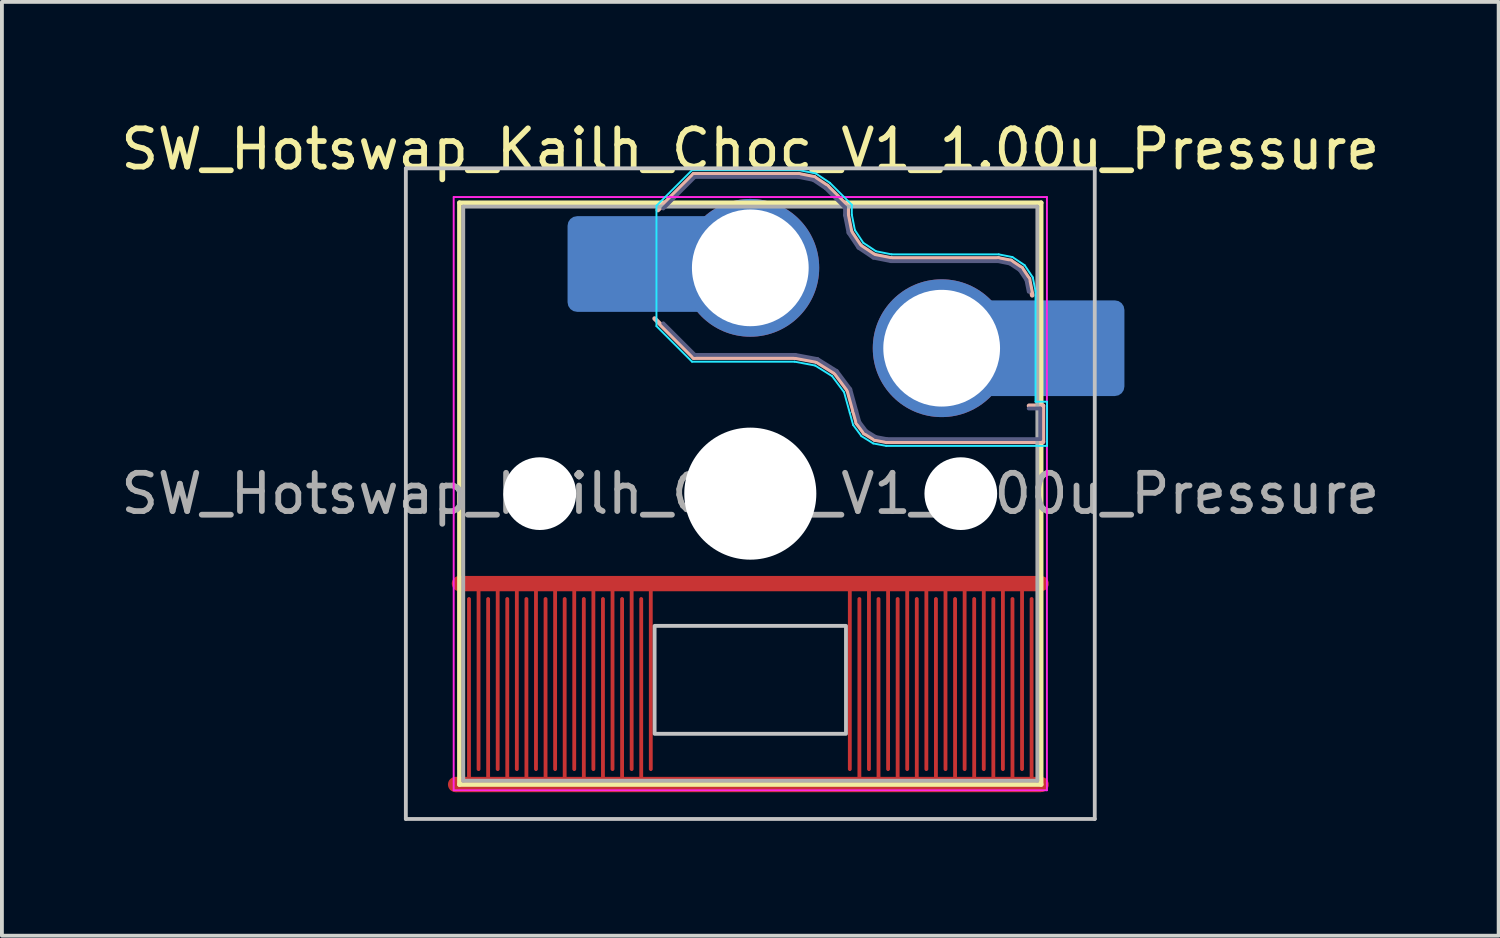
<source format=kicad_pcb>
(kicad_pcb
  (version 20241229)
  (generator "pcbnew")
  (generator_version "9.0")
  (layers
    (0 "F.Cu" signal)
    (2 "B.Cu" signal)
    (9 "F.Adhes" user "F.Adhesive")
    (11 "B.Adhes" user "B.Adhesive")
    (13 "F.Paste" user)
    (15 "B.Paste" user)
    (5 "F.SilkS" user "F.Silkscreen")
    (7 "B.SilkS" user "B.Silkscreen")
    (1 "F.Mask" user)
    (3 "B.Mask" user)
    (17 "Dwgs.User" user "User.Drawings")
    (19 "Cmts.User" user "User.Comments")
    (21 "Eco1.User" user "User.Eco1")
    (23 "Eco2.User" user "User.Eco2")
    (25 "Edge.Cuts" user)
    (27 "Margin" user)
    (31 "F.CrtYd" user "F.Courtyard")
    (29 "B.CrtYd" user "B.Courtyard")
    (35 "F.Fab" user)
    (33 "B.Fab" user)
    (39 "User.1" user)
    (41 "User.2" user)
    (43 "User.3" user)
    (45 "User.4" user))
  (footprint "SW_Hotswap_Kailh_Choc_V1_1.00u_Pressure"
    (layer "F.Cu")
    (at 16.554 9.848)
    (property "Reference" "SW_Hotswap_Kailh_Choc_V1_1.00u_Pressure" (at 0 -9 0) (layer "F.SilkS") (effects (font (size 1 1) (thickness 0.15))))
    (attr allow_soldermask_bridges)
    (fp_rect (start -7.5 2.65) (end 7.5 7.3) (stroke (width 0) (type solid)) (fill yes) (layer "F.Mask"))
    (fp_line (start -7.6 -7.6) (end -7.6 7.6) (stroke (width 0.12) (type solid)) (layer "F.SilkS"))
    (fp_line (start -7.6 7.6) (end 7.6 7.6) (stroke (width 0.12) (type solid)) (layer "F.SilkS"))
    (fp_line (start 7.6 -7.6) (end -7.6 -7.6) (stroke (width 0.12) (type solid)) (layer "F.SilkS"))
    (fp_line (start 7.6 7.6) (end 7.6 -7.6) (stroke (width 0.12) (type solid)) (layer "F.SilkS"))
    (fp_line (start -2.416 -7.409) (end -1.479 -8.346) (stroke (width 0.12) (type solid)) (layer "B.SilkS"))
    (fp_line (start -1.479 -8.346) (end 1.268 -8.346) (stroke (width 0.12) (type solid)) (layer "B.SilkS"))
    (fp_line (start -1.479 -3.554) (end -2.5 -4.575) (stroke (width 0.12) (type solid)) (layer "B.SilkS"))
    (fp_line (start 1.168 -3.554) (end -1.479 -3.554) (stroke (width 0.12) (type solid)) (layer "B.SilkS"))
    (fp_line (start 1.268 -8.346) (end 1.671 -8.266) (stroke (width 0.12) (type solid)) (layer "B.SilkS"))
    (fp_line (start 1.671 -8.266) (end 2.013 -8.037) (stroke (width 0.12) (type solid)) (layer "B.SilkS"))
    (fp_line (start 1.73 -3.449) (end 1.168 -3.554) (stroke (width 0.12) (type solid)) (layer "B.SilkS"))
    (fp_line (start 2.013 -8.037) (end 2.546 -7.504) (stroke (width 0.12) (type solid)) (layer "B.SilkS"))
    (fp_line (start 2.209 -3.15) (end 1.73 -3.449) (stroke (width 0.12) (type solid)) (layer "B.SilkS"))
    (fp_line (start 2.546 -7.504) (end 2.546 -7.282) (stroke (width 0.12) (type solid)) (layer "B.SilkS"))
    (fp_line (start 2.546 -7.282) (end 2.633 -6.844) (stroke (width 0.12) (type solid)) (layer "B.SilkS"))
    (fp_line (start 2.547 -2.697) (end 2.209 -3.15) (stroke (width 0.12) (type solid)) (layer "B.SilkS"))
    (fp_line (start 2.633 -6.844) (end 2.877 -6.477) (stroke (width 0.12) (type solid)) (layer "B.SilkS"))
    (fp_line (start 2.701 -2.139) (end 2.547 -2.697) (stroke (width 0.12) (type solid)) (layer "B.SilkS"))
    (fp_line (start 2.783 -1.841) (end 2.701 -2.139) (stroke (width 0.12) (type solid)) (layer "B.SilkS"))
    (fp_line (start 2.877 -6.477) (end 3.244 -6.233) (stroke (width 0.12) (type solid)) (layer "B.SilkS"))
    (fp_line (start 2.976 -1.583) (end 2.783 -1.841) (stroke (width 0.12) (type solid)) (layer "B.SilkS"))
    (fp_line (start 3.244 -6.233) (end 3.682 -6.146) (stroke (width 0.12) (type solid)) (layer "B.SilkS"))
    (fp_line (start 3.25 -1.413) (end 2.976 -1.583) (stroke (width 0.12) (type solid)) (layer "B.SilkS"))
    (fp_line (start 3.56 -1.354) (end 3.25 -1.413) (stroke (width 0.12) (type solid)) (layer "B.SilkS"))
    (fp_line (start 3.682 -6.146) (end 6.482 -6.146) (stroke (width 0.12) (type solid)) (layer "B.SilkS"))
    (fp_line (start 6.482 -6.146) (end 6.809 -6.081) (stroke (width 0.12) (type solid)) (layer "B.SilkS"))
    (fp_line (start 6.809 -6.081) (end 7.092 -5.892) (stroke (width 0.12) (type solid)) (layer "B.SilkS"))
    (fp_line (start 7.092 -5.892) (end 7.281 -5.609) (stroke (width 0.12) (type solid)) (layer "B.SilkS"))
    (fp_line (start 7.281 -5.609) (end 7.366 -5.182) (stroke (width 0.12) (type solid)) (layer "B.SilkS"))
    (fp_line (start 7.283 -2.296) (end 7.646 -2.296) (stroke (width 0.12) (type solid)) (layer "B.SilkS"))
    (fp_line (start 7.646 -2.296) (end 7.646 -1.354) (stroke (width 0.12) (type solid)) (layer "B.SilkS"))
    (fp_line (start 7.646 -1.354) (end 3.56 -1.354) (stroke (width 0.12) (type solid)) (layer "B.SilkS"))
    (fp_line (start -9 -8.5) (end -9 8.5) (stroke (width 0.1) (type solid)) (layer "Dwgs.User"))
    (fp_line (start -9 8.5) (end 9 8.5) (stroke (width 0.1) (type solid)) (layer "Dwgs.User"))
    (fp_line (start 9 -8.5) (end -9 -8.5) (stroke (width 0.1) (type solid)) (layer "Dwgs.User"))
    (fp_line (start 9 8.5) (end 9 -8.5) (stroke (width 0.1) (type solid)) (layer "Dwgs.User"))
    (fp_rect (start -2.5 3.455) (end 2.5 6.275) (stroke (width 0.1) (type solid)) (fill no) (layer "Dwgs.User"))
    (fp_line (start -7.25 -7.25) (end -7.25 7.25) (stroke (width 0.1) (type solid)) (layer "Eco1.User"))
    (fp_line (start -7.25 7.25) (end 7.25 7.25) (stroke (width 0.1) (type solid)) (layer "Eco1.User"))
    (fp_line (start 7.25 -7.25) (end -7.25 -7.25) (stroke (width 0.1) (type solid)) (layer "Eco1.User"))
    (fp_line (start 7.25 7.25) (end 7.25 -7.25) (stroke (width 0.1) (type solid)) (layer "Eco1.User"))
    (fp_line (start -2.452 -7.523) (end -1.523 -8.452) (stroke (width 0.05) (type solid)) (layer "B.CrtYd"))
    (fp_line (start -2.452 -4.377) (end -2.452 -7.523) (stroke (width 0.05) (type solid)) (layer "B.CrtYd"))
    (fp_line (start -1.523 -8.452) (end 1.278 -8.452) (stroke (width 0.05) (type solid)) (layer "B.CrtYd"))
    (fp_line (start -1.523 -3.448) (end -2.452 -4.377) (stroke (width 0.05) (type solid)) (layer "B.CrtYd"))
    (fp_line (start 1.159 -3.448) (end -1.523 -3.448) (stroke (width 0.05) (type solid)) (layer "B.CrtYd"))
    (fp_line (start 1.278 -8.452) (end 1.712 -8.366) (stroke (width 0.05) (type solid)) (layer "B.CrtYd"))
    (fp_line (start 1.691 -3.348) (end 1.159 -3.448) (stroke (width 0.05) (type solid)) (layer "B.CrtYd"))
    (fp_line (start 1.712 -8.366) (end 2.081 -8.119) (stroke (width 0.05) (type solid)) (layer "B.CrtYd"))
    (fp_line (start 2.081 -8.119) (end 2.652 -7.548) (stroke (width 0.05) (type solid)) (layer "B.CrtYd"))
    (fp_line (start 2.136 -3.071) (end 1.691 -3.348) (stroke (width 0.05) (type solid)) (layer "B.CrtYd"))
    (fp_line (start 2.45 -2.65) (end 2.136 -3.071) (stroke (width 0.05) (type solid)) (layer "B.CrtYd"))
    (fp_line (start 2.599 -2.111) (end 2.45 -2.65) (stroke (width 0.05) (type solid)) (layer "B.CrtYd"))
    (fp_line (start 2.652 -7.548) (end 2.652 -7.292) (stroke (width 0.05) (type solid)) (layer "B.CrtYd"))
    (fp_line (start 2.652 -7.292) (end 2.733 -6.885) (stroke (width 0.05) (type solid)) (layer "B.CrtYd"))
    (fp_line (start 2.687 -1.794) (end 2.599 -2.111) (stroke (width 0.05) (type solid)) (layer "B.CrtYd"))
    (fp_line (start 2.733 -6.885) (end 2.953 -6.553) (stroke (width 0.05) (type solid)) (layer "B.CrtYd"))
    (fp_line (start 2.903 -1.503) (end 2.687 -1.794) (stroke (width 0.05) (type solid)) (layer "B.CrtYd"))
    (fp_line (start 2.953 -6.553) (end 3.285 -6.333) (stroke (width 0.05) (type solid)) (layer "B.CrtYd"))
    (fp_line (start 3.211 -1.312) (end 2.903 -1.503) (stroke (width 0.05) (type solid)) (layer "B.CrtYd"))
    (fp_line (start 3.285 -6.333) (end 3.692 -6.252) (stroke (width 0.05) (type solid)) (layer "B.CrtYd"))
    (fp_line (start 3.55 -1.248) (end 3.211 -1.312) (stroke (width 0.05) (type solid)) (layer "B.CrtYd"))
    (fp_line (start 3.692 -6.252) (end 6.492 -6.252) (stroke (width 0.05) (type solid)) (layer "B.CrtYd"))
    (fp_line (start 6.492 -6.252) (end 6.85 -6.181) (stroke (width 0.05) (type solid)) (layer "B.CrtYd"))
    (fp_line (start 6.85 -6.181) (end 7.168 -5.968) (stroke (width 0.05) (type solid)) (layer "B.CrtYd"))
    (fp_line (start 7.168 -5.968) (end 7.381 -5.65) (stroke (width 0.05) (type solid)) (layer "B.CrtYd"))
    (fp_line (start 7.381 -5.65) (end 7.452 -5.292) (stroke (width 0.05) (type solid)) (layer "B.CrtYd"))
    (fp_line (start 7.452 -5.292) (end 7.452 -2.402) (stroke (width 0.05) (type solid)) (layer "B.CrtYd"))
    (fp_line (start 7.452 -2.402) (end 7.752 -2.402) (stroke (width 0.05) (type solid)) (layer "B.CrtYd"))
    (fp_line (start 7.752 -2.402) (end 7.752 -1.248) (stroke (width 0.05) (type solid)) (layer "B.CrtYd"))
    (fp_line (start 7.752 -1.248) (end 3.55 -1.248) (stroke (width 0.05) (type solid)) (layer "B.CrtYd"))
    (fp_line (start -7.75 -7.75) (end -7.75 7.75) (stroke (width 0.05) (type solid)) (layer "F.CrtYd"))
    (fp_line (start -7.75 7.75) (end 7.75 7.75) (stroke (width 0.05) (type solid)) (layer "F.CrtYd"))
    (fp_line (start 7.75 -7.75) (end -7.75 -7.75) (stroke (width 0.05) (type solid)) (layer "F.CrtYd"))
    (fp_line (start 7.75 -7.75) (end 7.75 7.75) (stroke (width 0.05) (type solid)) (layer "F.CrtYd"))
    (fp_line (start -2.275 -7.45) (end -1.45 -8.275) (stroke (width 0.1) (type solid)) (layer "B.Fab"))
    (fp_line (start -1.45 -8.275) (end 1.261 -8.275) (stroke (width 0.1) (type solid)) (layer "B.Fab"))
    (fp_line (start -1.45 -3.625) (end -2.275 -4.45) (stroke (width 0.1) (type solid)) (layer "B.Fab"))
    (fp_line (start 1.175 -3.625) (end -1.45 -3.625) (stroke (width 0.1) (type solid)) (layer "B.Fab"))
    (fp_line (start 1.261 -8.275) (end 1.643 -8.199) (stroke (width 0.1) (type solid)) (layer "B.Fab"))
    (fp_line (start 1.643 -8.199) (end 1.968 -7.982) (stroke (width 0.1) (type solid)) (layer "B.Fab"))
    (fp_line (start 1.756 -3.516) (end 1.175 -3.625) (stroke (width 0.1) (type solid)) (layer "B.Fab"))
    (fp_line (start 1.968 -7.982) (end 2.475 -7.475) (stroke (width 0.1) (type solid)) (layer "B.Fab"))
    (fp_line (start 2.258 -3.203) (end 1.756 -3.516) (stroke (width 0.1) (type solid)) (layer "B.Fab"))
    (fp_line (start 2.475 -7.475) (end 2.475 -7.275) (stroke (width 0.1) (type solid)) (layer "B.Fab"))
    (fp_line (start 2.475 -7.275) (end 2.566 -6.816) (stroke (width 0.1) (type solid)) (layer "B.Fab"))
    (fp_line (start 2.566 -6.816) (end 2.826 -6.426) (stroke (width 0.1) (type solid)) (layer "B.Fab"))
    (fp_line (start 2.612 -2.729) (end 2.258 -3.203) (stroke (width 0.1) (type solid)) (layer "B.Fab"))
    (fp_line (start 2.769 -2.158) (end 2.612 -2.729) (stroke (width 0.1) (type solid)) (layer "B.Fab"))
    (fp_line (start 2.826 -6.426) (end 3.216 -6.166) (stroke (width 0.1) (type solid)) (layer "B.Fab"))
    (fp_line (start 2.848 -1.873) (end 2.769 -2.158) (stroke (width 0.1) (type solid)) (layer "B.Fab"))
    (fp_line (start 3.025 -1.636) (end 2.848 -1.873) (stroke (width 0.1) (type solid)) (layer "B.Fab"))
    (fp_line (start 3.216 -6.166) (end 3.675 -6.075) (stroke (width 0.1) (type solid)) (layer "B.Fab"))
    (fp_line (start 3.276 -1.48) (end 3.025 -1.636) (stroke (width 0.1) (type solid)) (layer "B.Fab"))
    (fp_line (start 3.567 -1.425) (end 3.276 -1.48) (stroke (width 0.1) (type solid)) (layer "B.Fab"))
    (fp_line (start 3.675 -6.075) (end 6.475 -6.075) (stroke (width 0.1) (type solid)) (layer "B.Fab"))
    (fp_line (start 6.475 -6.075) (end 6.781 -6.014) (stroke (width 0.1) (type solid)) (layer "B.Fab"))
    (fp_line (start 6.781 -6.014) (end 7.041 -5.841) (stroke (width 0.1) (type solid)) (layer "B.Fab"))
    (fp_line (start 7.041 -5.841) (end 7.214 -5.581) (stroke (width 0.1) (type solid)) (layer "B.Fab"))
    (fp_line (start 7.214 -5.581) (end 7.275 -5.275) (stroke (width 0.1) (type solid)) (layer "B.Fab"))
    (fp_line (start 7.275 -2.225) (end 7.575 -2.225) (stroke (width 0.1) (type solid)) (layer "B.Fab"))
    (fp_line (start 7.575 -2.225) (end 7.575 -1.425) (stroke (width 0.1) (type solid)) (layer "B.Fab"))
    (fp_line (start 7.575 -1.425) (end 3.567 -1.425) (stroke (width 0.1) (type solid)) (layer "B.Fab"))
    (fp_line (start -7.5 -7.5) (end -7.5 7.5) (stroke (width 0.1) (type solid)) (layer "F.Fab"))
    (fp_line (start -7.5 7.5) (end 7.5 7.5) (stroke (width 0.1) (type solid)) (layer "F.Fab"))
    (fp_line (start 7.5 -7.5) (end -7.5 -7.5) (stroke (width 0.1) (type solid)) (layer "F.Fab"))
    (fp_line (start 7.5 7.5) (end 7.5 -7.5) (stroke (width 0.1) (type solid)) (layer "F.Fab"))
    (fp_text user "${REFERENCE}" (at 0 0 0) (layer "F.Fab") (effects (font (size 1 1) (thickness 0.15))))
    (pad "" np_thru_hole circle (at -5.5 0) (size 1.9 1.9) (drill 1.9) (layers "*.Cu" "*.Mask"))
    (pad "" smd roundrect (at -3.5 -6) (size 2.55 2.5) (layers "B.Mask" "B.Paste") (roundrect_rratio 0.1))
    (pad "" np_thru_hole circle (at 0 0) (size 3.45 3.45) (drill 3.45) (layers "*.Cu" "*.Mask"))
    (pad "" np_thru_hole circle (at 5.5 0) (size 1.9 1.9) (drill 1.9) (layers "*.Cu" "*.Mask"))
    (pad "" smd roundrect (at 8.5 -3.8) (size 2.55 2.5) (layers "B.Mask" "B.Paste") (roundrect_rratio 0.1))
    (pad "1" smd roundrect (at -2.85 -6) (size 3.85 2.5) (layers "B.Cu") (roundrect_rratio 0.1))
    (pad "1" thru_hole circle (at 0 -5.9) (size 3.6 3.6) (drill 3.05) (layers "*.Cu" "*.Mask"))
    (pad "2" thru_hole circle (at 5 -3.8) (size 3.6 3.6) (drill 3.05) (layers "*.Cu" "*.Mask"))
    (pad "2" smd roundrect (at 7.85 -3.8) (size 3.85 2.5) (layers "B.Cu") (roundrect_rratio 0.1))
    (pad "3" smd circle (at -7.6 2.35) (size 0.4 0.4) (layers "F.Cu"))
    (pad "3" smd custom (at 7.6 2.35) (size 0.4 0.4) (layers "F.Cu") (options (anchor circle)) (primitives (gr_line (start 0 4.85) (end 0 0) (width 0.1)) (gr_poly (pts (xy -15.2 -0.2) (xy -15.2 0.2) (xy 0 0.2) (xy 0 -0.2)) (width 0) (fill yes)) (gr_line (start -0.5 4.85) (end -0.5 0) (width 0.1)) (gr_line (start -1 4.85) (end -1 0) (width 0.1)) (gr_line (start -1.5 4.85) (end -1.5 0) (width 0.1)) (gr_line (start -2 4.85) (end -2 0) (width 0.1)) (gr_line (start -2.5 4.85) (end -2.5 0) (width 0.1)) (gr_line (start -3 4.85) (end -3 0) (width 0.1)) (gr_line (start -3.5 4.85) (end -3.5 0) (width 0.1)) (gr_line (start -4 4.85) (end -4 0) (width 0.1)) (gr_line (start -4.5 4.85) (end -4.5 0) (width 0.1)) (gr_line (start -5 4.85) (end -5 0) (width 0.1)) (gr_line (start -15.2 0) (end -15.2 4.85) (width 0.1)) (gr_line (start -14.7 0) (end -14.7 4.85) (width 0.1)) (gr_line (start -14.2 0) (end -14.2 4.85) (width 0.1)) (gr_line (start -13.7 0) (end -13.7 4.85) (width 0.1)) (gr_line (start -13.2 0) (end -13.2 4.85) (width 0.1)) (gr_line (start -12.7 0) (end -12.7 4.85) (width 0.1)) (gr_line (start -12.2 0) (end -12.2 4.85) (width 0.1)) (gr_line (start -11.7 0) (end -11.7 4.85) (width 0.1)) (gr_line (start -11.2 0) (end -11.2 4.85) (width 0.1)) (gr_line (start -10.7 0) (end -10.7 4.85) (width 0.1)) (gr_line (start -10.2 0) (end -10.2 4.85) (width 0.1))))
    (pad "4" smd circle (at -7.7 7.6) (size 0.4 0.4) (layers "F.Cu"))
    (pad "4" smd custom (at 7.6 7.6) (size 0.4 0.4) (layers "F.Cu") (options (anchor circle)) (primitives (gr_rect (start -15.3 -0.2) (end 0 0.2) (width 0) (fill yes)) (gr_line (start -0.25 0) (end -0.25 -4.85) (width 0.1)) (gr_line (start -0.75 0) (end -0.75 -4.85) (width 0.1)) (gr_line (start -1.25 0) (end -1.25 -4.85) (width 0.1)) (gr_line (start -1.75 0) (end -1.75 -4.85) (width 0.1)) (gr_line (start -2.25 0) (end -2.25 -4.85) (width 0.1)) (gr_line (start -2.75 0) (end -2.75 -4.85) (width 0.1)) (gr_line (start -3.25 0) (end -3.25 -4.85) (width 0.1)) (gr_line (start -3.75 0) (end -3.75 -4.85) (width 0.1)) (gr_line (start -4.25 0) (end -4.25 -4.85) (width 0.1)) (gr_line (start -4.75 0) (end -4.75 -4.85) (width 0.1)) (gr_line (start -14.95 -4.85) (end -14.95 0) (width 0.1)) (gr_line (start -14.45 -4.85) (end -14.45 0) (width 0.1)) (gr_line (start -13.95 -4.85) (end -13.95 0) (width 0.1)) (gr_line (start -13.45 -4.85) (end -13.45 0) (width 0.1)) (gr_line (start -12.95 -4.85) (end -12.95 0) (width 0.1)) (gr_line (start -12.45 -4.85) (end -12.45 0) (width 0.1)) (gr_line (start -11.95 -4.85) (end -11.95 0) (width 0.1)) (gr_line (start -11.45 -4.85) (end -11.45 0) (width 0.1)) (gr_line (start -10.95 -4.85) (end -10.95 0) (width 0.1)) (gr_line (start -10.45 -4.85) (end -10.45 0) (width 0.1))))
    (zone (net_name "") (layer "F.Cu") (name "Pressure Area Track Keepout") (hatch edge 0.5) (connect_pads) (min_thickness 0.25) (filled_areas_thickness no) (keepout (tracks not_allowed) (vias not_allowed) (pads allowed) (copperpour allowed) (footprints allowed)) (placement (enabled no)) (fill) (polygon (pts (xy 9.054 12.248) (xy 9.054 17.397) (xy 24.054 17.397) (xy 24.054 12.248))))
    (zone (net_name "") (layer "B.Cu") (name "Pressure Area Track Keepout") (hatch edge 0.5) (connect_pads) (min_thickness 0.25) (filled_areas_thickness no) (keepout (tracks allowed) (vias not_allowed) (pads allowed) (copperpour allowed) (footprints allowed)) (placement (enabled no)) (fill) (polygon (pts (xy 9.054 12.248) (xy 9.054 17.397) (xy 24.054 17.397) (xy 24.054 12.248)))))
  (gr_rect
    (start -3 -3)
    (end 36.107 21.398)
    (stroke (width 0.1) (type default))
    (fill no)
    (layer "Edge.Cuts")))
</source>
